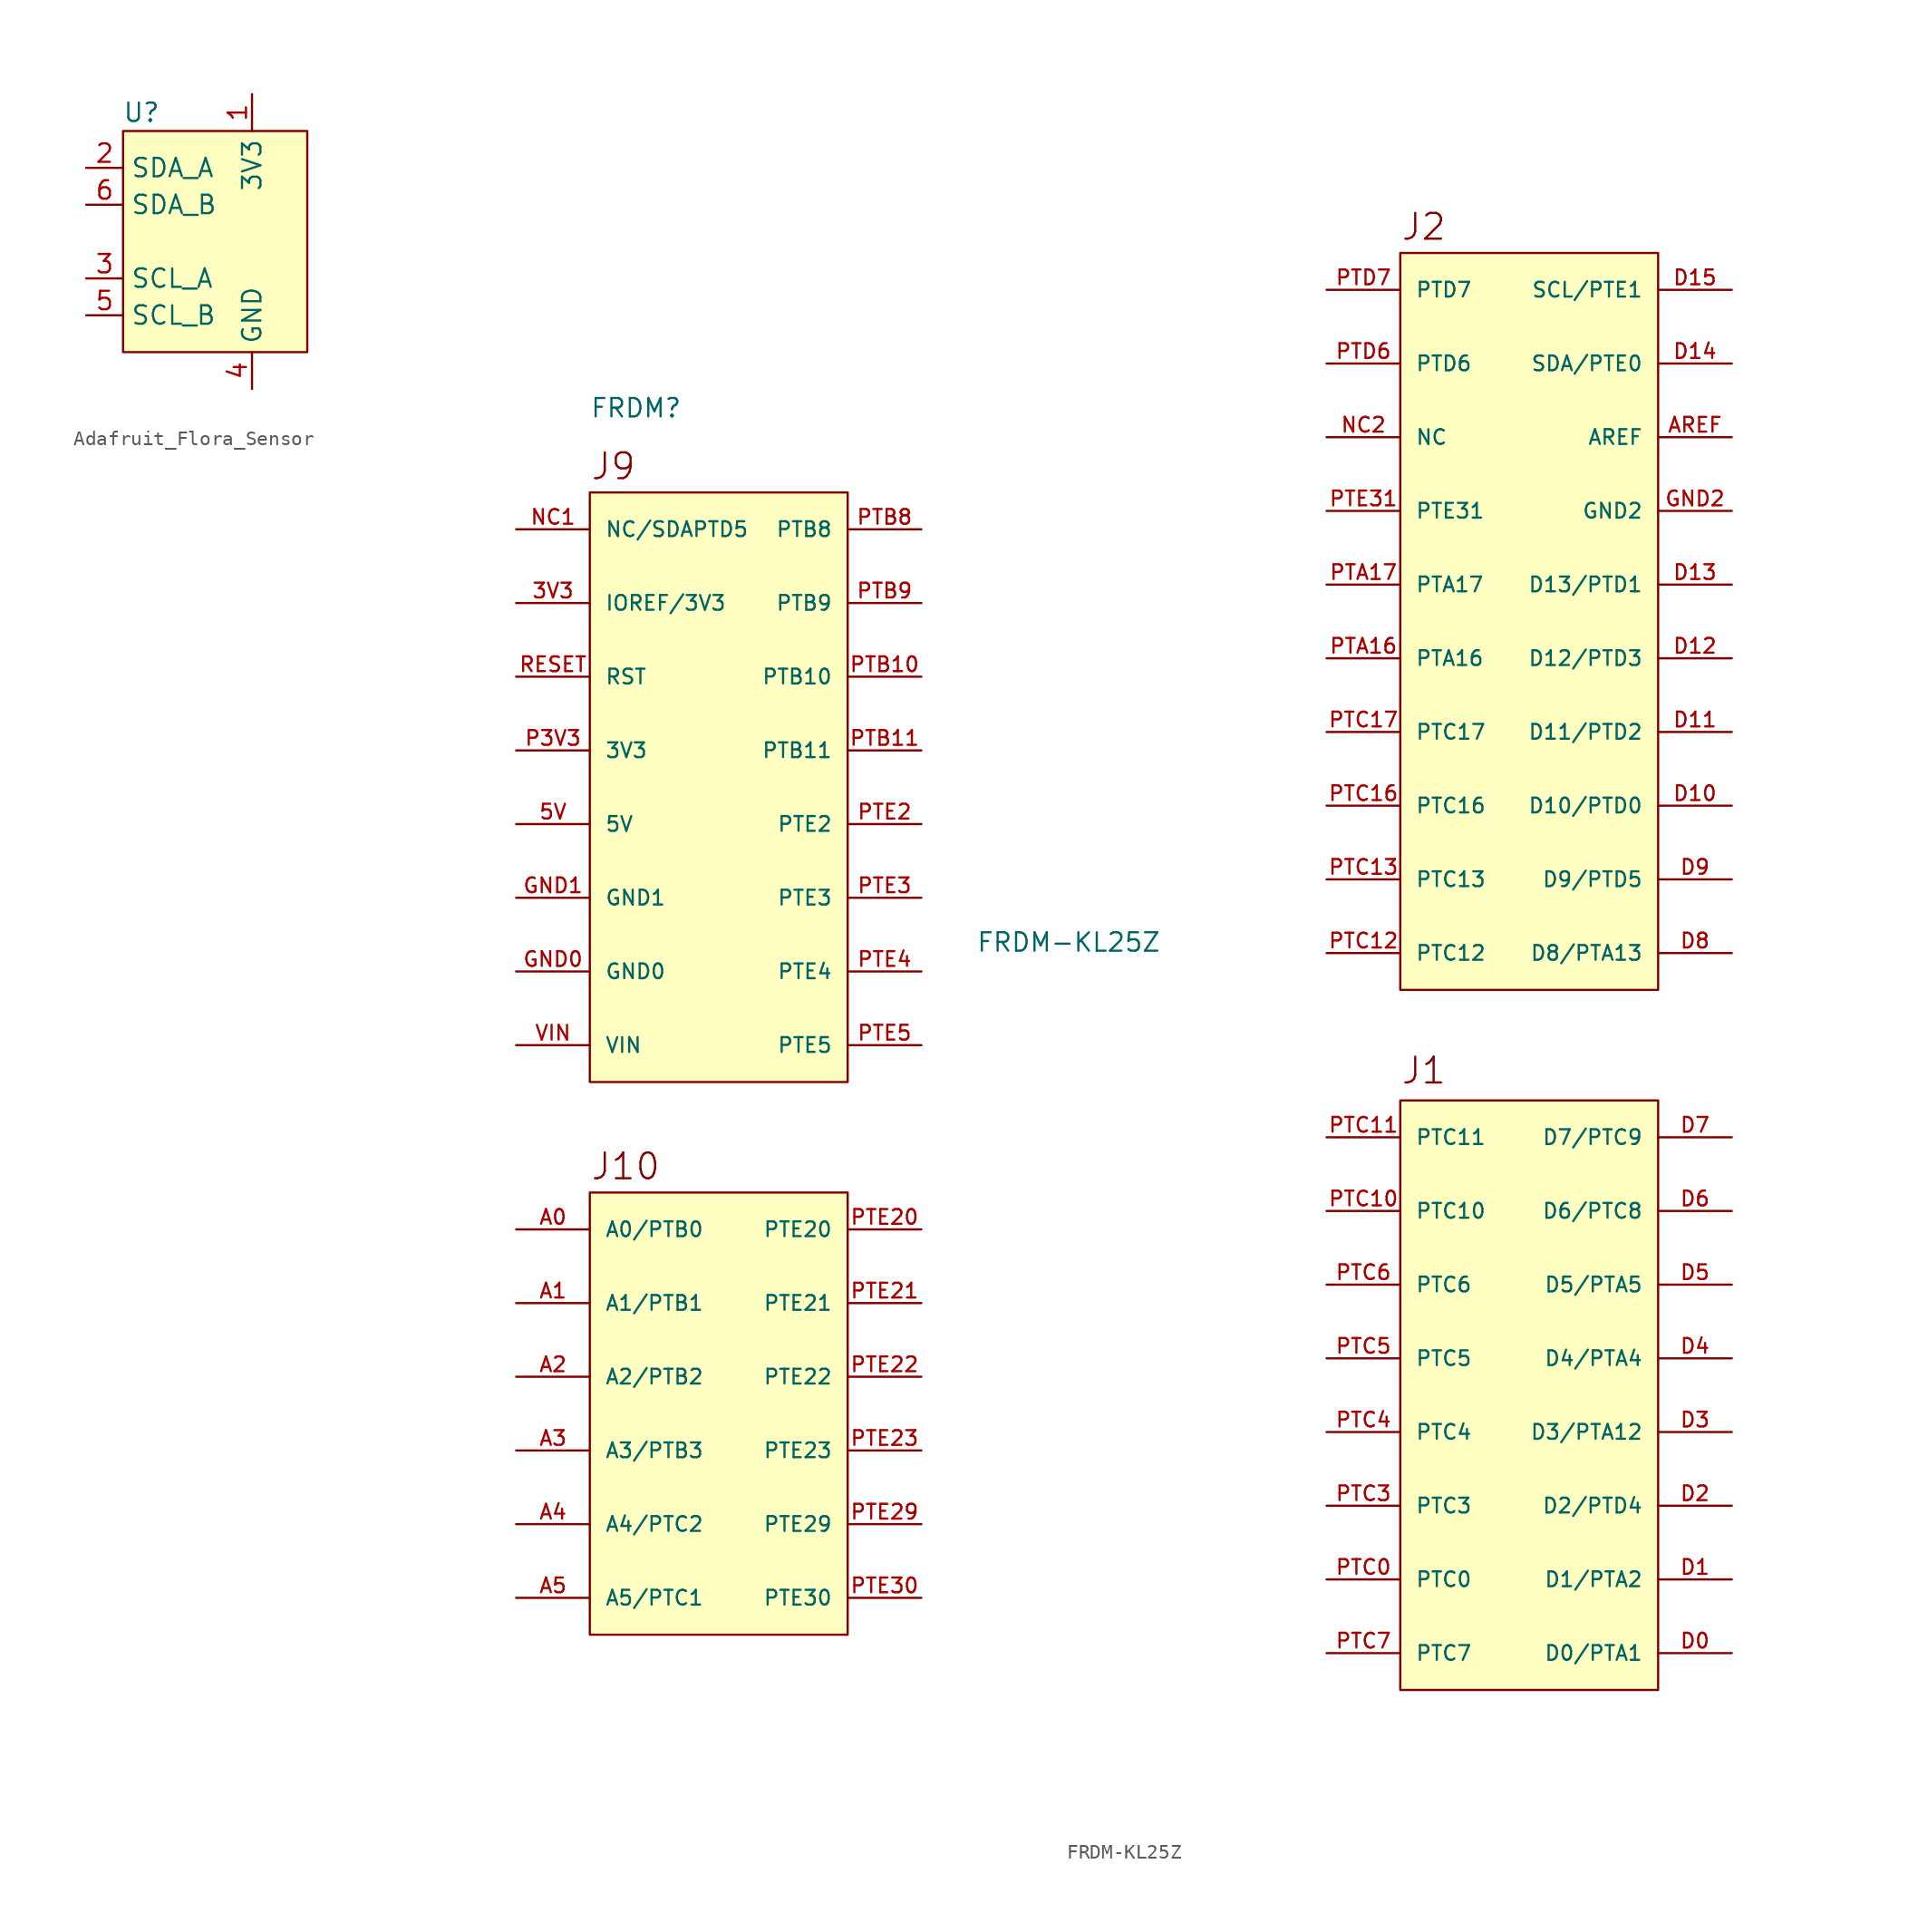
<source format=kicad_sym>
(kicad_symbol_lib
  (version 20220914)
  (generator kicad_symbol_editor)
  (symbol "Adafruit_Flora_Sensor"
    (property "Reference" "U"
      (at -7.62 8.89 0)
      (effects (font (size 1.27 1.27))))
    (property "Value" ""
      (at 0 0 0)
      (effects (font (size 1.27 1.27))))
    (symbol "Adafruit_Flora_Sensor_1_1"
      (rectangle (start -8.89 7.62) (end 3.81 -7.62) (stroke (width 0) (type default)) (fill (type background)))
      (pin power_in line (at 0 10.16 270) (length 2.54) (name "3V3" (effects (font (size 1.27 1.27)))) (number "1" (effects (font (size 1.27 1.27)))))
      (pin bidirectional line (at -11.43 5.08 0) (length 2.54) (name "SDA_A" (effects (font (size 1.27 1.27)))) (number "2" (effects (font (size 1.27 1.27)))))
      (pin bidirectional line (at -11.43 -2.54 0) (length 2.54) (name "SCL_A" (effects (font (size 1.27 1.27)))) (number "3" (effects (font (size 1.27 1.27)))))
      (pin power_in line (at 0 -10.16 90) (length 2.54) (name "GND" (effects (font (size 1.27 1.27)))) (number "4" (effects (font (size 1.27 1.27)))))
      (pin bidirectional line (at -11.43 -5.08 0) (length 2.54) (name "SCL_B" (effects (font (size 1.27 1.27)))) (number "5" (effects (font (size 1.27 1.27)))))
      (pin bidirectional line (at -11.43 2.54 0) (length 2.54) (name "SDA_B" (effects (font (size 1.27 1.27)))) (number "6" (effects (font (size 1.27 1.27)))))))
  (symbol "FRDM-KL25Z"
    (pin_names
      (offset 1.016))
    (property "Reference" "FRDM"
      (at -55.88 33.02 0)
      (effects (font (size 1.27 1.27)) (justify left bottom)))
    (property "Value" "FRDM-KL25Z"
      (at -22.86 -3.81 0)
      (effects (font (size 1.27 1.27)) (justify bottom)))
    (symbol "FRDM-KL25Z_0_0"
      (text "J1" (at 0 -12.954 0) (effects (font (size 1.778 1.778)) (justify left bottom)))
      (text "J10" (at -55.88 -19.558 0) (effects (font (size 1.778 1.778)) (justify left bottom)))
      (text "J2" (at 0 45.212 0) (effects (font (size 1.778 1.778)) (justify left bottom)))
      (text "J9" (at -55.88 28.702 0) (effects (font (size 1.778 1.778)) (justify left bottom)))
      (pin bidirectional line (at -60.96 20.32 0) (length 5.08) (name "IOREF/3V3" (effects (font (size 1.016 1.016)))) (number "3V3" (effects (font (size 1.016 1.016)))))
      (pin bidirectional line (at -60.96 5.08 0) (length 5.08) (name "5V" (effects (font (size 1.016 1.016)))) (number "5V" (effects (font (size 1.016 1.016)))))
      (pin bidirectional line (at -60.96 -22.86 0) (length 5.08) (name "A0/PTB0" (effects (font (size 1.016 1.016)))) (number "A0" (effects (font (size 1.016 1.016)))))
      (pin bidirectional line (at -60.96 -27.94 0) (length 5.08) (name "A1/PTB1" (effects (font (size 1.016 1.016)))) (number "A1" (effects (font (size 1.016 1.016)))))
      (pin bidirectional line (at -60.96 -33.02 0) (length 5.08) (name "A2/PTB2" (effects (font (size 1.016 1.016)))) (number "A2" (effects (font (size 1.016 1.016)))))
      (pin bidirectional line (at -60.96 -38.1 0) (length 5.08) (name "A3/PTB3" (effects (font (size 1.016 1.016)))) (number "A3" (effects (font (size 1.016 1.016)))))
      (pin bidirectional line (at -60.96 -43.18 0) (length 5.08) (name "A4/PTC2" (effects (font (size 1.016 1.016)))) (number "A4" (effects (font (size 1.016 1.016)))))
      (pin bidirectional line (at -60.96 -48.26 0) (length 5.08) (name "A5/PTC1" (effects (font (size 1.016 1.016)))) (number "A5" (effects (font (size 1.016 1.016)))))
      (pin bidirectional line (at 22.86 31.75 180) (length 5.08) (name "AREF" (effects (font (size 1.016 1.016)))) (number "AREF" (effects (font (size 1.016 1.016)))))
      (pin bidirectional line (at 22.86 -52.07 180) (length 5.08) (name "D0/PTA1" (effects (font (size 1.016 1.016)))) (number "D0" (effects (font (size 1.016 1.016)))))
      (pin bidirectional line (at 22.86 -46.99 180) (length 5.08) (name "D1/PTA2" (effects (font (size 1.016 1.016)))) (number "D1" (effects (font (size 1.016 1.016)))))
      (pin bidirectional line (at 22.86 6.35 180) (length 5.08) (name "D10/PTD0" (effects (font (size 1.016 1.016)))) (number "D10" (effects (font (size 1.016 1.016)))))
      (pin bidirectional line (at 22.86 11.43 180) (length 5.08) (name "D11/PTD2" (effects (font (size 1.016 1.016)))) (number "D11" (effects (font (size 1.016 1.016)))))
      (pin bidirectional line (at 22.86 16.51 180) (length 5.08) (name "D12/PTD3" (effects (font (size 1.016 1.016)))) (number "D12" (effects (font (size 1.016 1.016)))))
      (pin bidirectional line (at 22.86 21.59 180) (length 5.08) (name "D13/PTD1" (effects (font (size 1.016 1.016)))) (number "D13" (effects (font (size 1.016 1.016)))))
      (pin bidirectional line (at 22.86 36.83 180) (length 5.08) (name "SDA/PTE0" (effects (font (size 1.016 1.016)))) (number "D14" (effects (font (size 1.016 1.016)))))
      (pin bidirectional line (at 22.86 41.91 180) (length 5.08) (name "SCL/PTE1" (effects (font (size 1.016 1.016)))) (number "D15" (effects (font (size 1.016 1.016)))))
      (pin bidirectional line (at 22.86 -41.91 180) (length 5.08) (name "D2/PTD4" (effects (font (size 1.016 1.016)))) (number "D2" (effects (font (size 1.016 1.016)))))
      (pin bidirectional line (at 22.86 -36.83 180) (length 5.08) (name "D3/PTA12" (effects (font (size 1.016 1.016)))) (number "D3" (effects (font (size 1.016 1.016)))))
      (pin bidirectional line (at 22.86 -31.75 180) (length 5.08) (name "D4/PTA4" (effects (font (size 1.016 1.016)))) (number "D4" (effects (font (size 1.016 1.016)))))
      (pin bidirectional line (at 22.86 -26.67 180) (length 5.08) (name "D5/PTA5" (effects (font (size 1.016 1.016)))) (number "D5" (effects (font (size 1.016 1.016)))))
      (pin bidirectional line (at 22.86 -21.59 180) (length 5.08) (name "D6/PTC8" (effects (font (size 1.016 1.016)))) (number "D6" (effects (font (size 1.016 1.016)))))
      (pin bidirectional line (at 22.86 -16.51 180) (length 5.08) (name "D7/PTC9" (effects (font (size 1.016 1.016)))) (number "D7" (effects (font (size 1.016 1.016)))))
      (pin bidirectional line (at 22.86 -3.81 180) (length 5.08) (name "D8/PTA13" (effects (font (size 1.016 1.016)))) (number "D8" (effects (font (size 1.016 1.016)))))
      (pin bidirectional line (at 22.86 1.27 180) (length 5.08) (name "D9/PTD5" (effects (font (size 1.016 1.016)))) (number "D9" (effects (font (size 1.016 1.016)))))
      (pin bidirectional line (at -60.96 -5.08 0) (length 5.08) (name "GND0" (effects (font (size 1.016 1.016)))) (number "GND0" (effects (font (size 1.016 1.016)))))
      (pin bidirectional line (at -60.96 0 0) (length 5.08) (name "GND1" (effects (font (size 1.016 1.016)))) (number "GND1" (effects (font (size 1.016 1.016)))))
      (pin bidirectional line (at 22.86 26.67 180) (length 5.08) (name "GND2" (effects (font (size 1.016 1.016)))) (number "GND2" (effects (font (size 1.016 1.016)))))
      (pin bidirectional line (at -60.96 25.4 0) (length 5.08) (name "NC/SDAPTD5" (effects (font (size 1.016 1.016)))) (number "NC1" (effects (font (size 1.016 1.016)))))
      (pin bidirectional line (at -5.08 31.75 0) (length 5.08) (name "NC" (effects (font (size 1.016 1.016)))) (number "NC2" (effects (font (size 1.016 1.016)))))
      (pin bidirectional line (at -60.96 10.16 0) (length 5.08) (name "3V3" (effects (font (size 1.016 1.016)))) (number "P3V3" (effects (font (size 1.016 1.016)))))
      (pin bidirectional line (at -5.08 16.51 0) (length 5.08) (name "PTA16" (effects (font (size 1.016 1.016)))) (number "PTA16" (effects (font (size 1.016 1.016)))))
      (pin bidirectional line (at -5.08 21.59 0) (length 5.08) (name "PTA17" (effects (font (size 1.016 1.016)))) (number "PTA17" (effects (font (size 1.016 1.016)))))
      (pin bidirectional line (at -33.02 15.24 180) (length 5.08) (name "PTB10" (effects (font (size 1.016 1.016)))) (number "PTB10" (effects (font (size 1.016 1.016)))))
      (pin bidirectional line (at -33.02 10.16 180) (length 5.08) (name "PTB11" (effects (font (size 1.016 1.016)))) (number "PTB11" (effects (font (size 1.016 1.016)))))
      (pin bidirectional line (at -33.02 25.4 180) (length 5.08) (name "PTB8" (effects (font (size 1.016 1.016)))) (number "PTB8" (effects (font (size 1.016 1.016)))))
      (pin bidirectional line (at -33.02 20.32 180) (length 5.08) (name "PTB9" (effects (font (size 1.016 1.016)))) (number "PTB9" (effects (font (size 1.016 1.016)))))
      (pin bidirectional line (at -5.08 -46.99 0) (length 5.08) (name "PTC0" (effects (font (size 1.016 1.016)))) (number "PTC0" (effects (font (size 1.016 1.016)))))
      (pin bidirectional line (at -5.08 -21.59 0) (length 5.08) (name "PTC10" (effects (font (size 1.016 1.016)))) (number "PTC10" (effects (font (size 1.016 1.016)))))
      (pin bidirectional line (at -5.08 -16.51 0) (length 5.08) (name "PTC11" (effects (font (size 1.016 1.016)))) (number "PTC11" (effects (font (size 1.016 1.016)))))
      (pin bidirectional line (at -5.08 -3.81 0) (length 5.08) (name "PTC12" (effects (font (size 1.016 1.016)))) (number "PTC12" (effects (font (size 1.016 1.016)))))
      (pin bidirectional line (at -5.08 1.27 0) (length 5.08) (name "PTC13" (effects (font (size 1.016 1.016)))) (number "PTC13" (effects (font (size 1.016 1.016)))))
      (pin bidirectional line (at -5.08 6.35 0) (length 5.08) (name "PTC16" (effects (font (size 1.016 1.016)))) (number "PTC16" (effects (font (size 1.016 1.016)))))
      (pin bidirectional line (at -5.08 11.43 0) (length 5.08) (name "PTC17" (effects (font (size 1.016 1.016)))) (number "PTC17" (effects (font (size 1.016 1.016)))))
      (pin bidirectional line (at -5.08 -41.91 0) (length 5.08) (name "PTC3" (effects (font (size 1.016 1.016)))) (number "PTC3" (effects (font (size 1.016 1.016)))))
      (pin bidirectional line (at -5.08 -36.83 0) (length 5.08) (name "PTC4" (effects (font (size 1.016 1.016)))) (number "PTC4" (effects (font (size 1.016 1.016)))))
      (pin bidirectional line (at -5.08 -31.75 0) (length 5.08) (name "PTC5" (effects (font (size 1.016 1.016)))) (number "PTC5" (effects (font (size 1.016 1.016)))))
      (pin bidirectional line (at -5.08 -26.67 0) (length 5.08) (name "PTC6" (effects (font (size 1.016 1.016)))) (number "PTC6" (effects (font (size 1.016 1.016)))))
      (pin bidirectional line (at -5.08 -52.07 0) (length 5.08) (name "PTC7" (effects (font (size 1.016 1.016)))) (number "PTC7" (effects (font (size 1.016 1.016)))))
      (pin bidirectional line (at -5.08 36.83 0) (length 5.08) (name "PTD6" (effects (font (size 1.016 1.016)))) (number "PTD6" (effects (font (size 1.016 1.016)))))
      (pin bidirectional line (at -5.08 41.91 0) (length 5.08) (name "PTD7" (effects (font (size 1.016 1.016)))) (number "PTD7" (effects (font (size 1.016 1.016)))))
      (pin bidirectional line (at -33.02 5.08 180) (length 5.08) (name "PTE2" (effects (font (size 1.016 1.016)))) (number "PTE2" (effects (font (size 1.016 1.016)))))
      (pin bidirectional line (at -33.02 -22.86 180) (length 5.08) (name "PTE20" (effects (font (size 1.016 1.016)))) (number "PTE20" (effects (font (size 1.016 1.016)))))
      (pin bidirectional line (at -33.02 -27.94 180) (length 5.08) (name "PTE21" (effects (font (size 1.016 1.016)))) (number "PTE21" (effects (font (size 1.016 1.016)))))
      (pin bidirectional line (at -33.02 -33.02 180) (length 5.08) (name "PTE22" (effects (font (size 1.016 1.016)))) (number "PTE22" (effects (font (size 1.016 1.016)))))
      (pin bidirectional line (at -33.02 -38.1 180) (length 5.08) (name "PTE23" (effects (font (size 1.016 1.016)))) (number "PTE23" (effects (font (size 1.016 1.016)))))
      (pin bidirectional line (at -33.02 -43.18 180) (length 5.08) (name "PTE29" (effects (font (size 1.016 1.016)))) (number "PTE29" (effects (font (size 1.016 1.016)))))
      (pin bidirectional line (at -33.02 0 180) (length 5.08) (name "PTE3" (effects (font (size 1.016 1.016)))) (number "PTE3" (effects (font (size 1.016 1.016)))))
      (pin bidirectional line (at -33.02 -48.26 180) (length 5.08) (name "PTE30" (effects (font (size 1.016 1.016)))) (number "PTE30" (effects (font (size 1.016 1.016)))))
      (pin bidirectional line (at -5.08 26.67 0) (length 5.08) (name "PTE31" (effects (font (size 1.016 1.016)))) (number "PTE31" (effects (font (size 1.016 1.016)))))
      (pin bidirectional line (at -33.02 -5.08 180) (length 5.08) (name "PTE4" (effects (font (size 1.016 1.016)))) (number "PTE4" (effects (font (size 1.016 1.016)))))
      (pin bidirectional line (at -33.02 -10.16 180) (length 5.08) (name "PTE5" (effects (font (size 1.016 1.016)))) (number "PTE5" (effects (font (size 1.016 1.016)))))
      (pin bidirectional line (at -60.96 15.24 0) (length 5.08) (name "RST" (effects (font (size 1.016 1.016)))) (number "RESET" (effects (font (size 1.016 1.016)))))
      (pin bidirectional line (at -60.96 -10.16 0) (length 5.08) (name "VIN" (effects (font (size 1.016 1.016)))) (number "VIN" (effects (font (size 1.016 1.016))))))
    (symbol "FRDM-KL25Z_1_1"
      (rectangle (start -55.88 -20.32) (end -38.1 -50.8) (stroke (width 0) (type default)) (fill (type background)))
      (rectangle (start -55.88 27.94) (end -38.1 -12.7) (stroke (width 0) (type default)) (fill (type background)))
      (rectangle (start 0 -13.97) (end 17.78 -54.61) (stroke (width 0) (type default)) (fill (type background)))
      (rectangle (start 0 44.45) (end 17.78 -6.35) (stroke (width 0) (type default)) (fill (type background))))))
</source>
